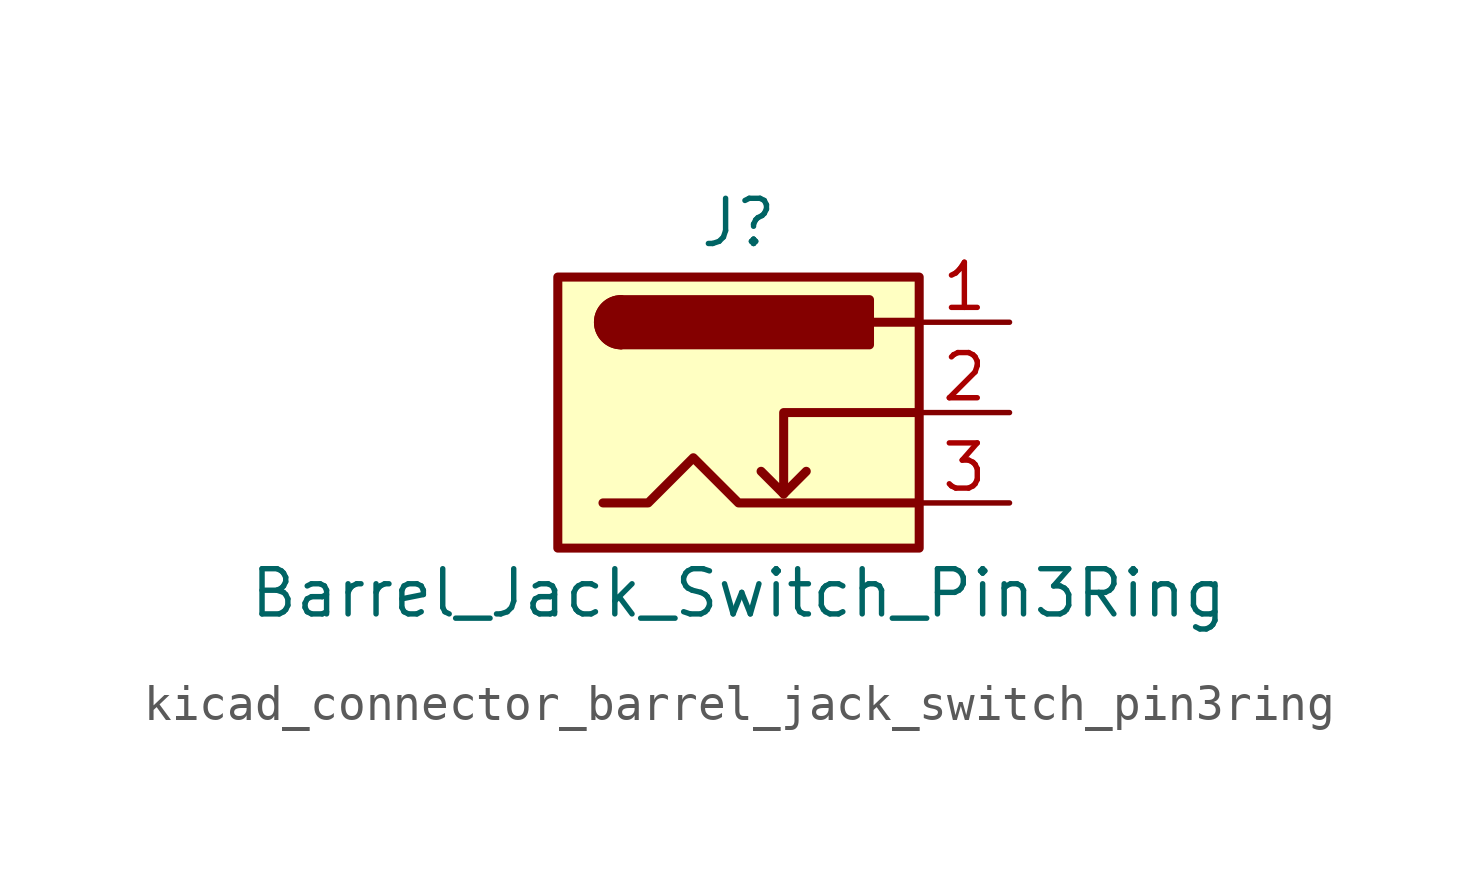
<source format=kicad_sym>
(kicad_symbol_lib
  (version 20220914)
  (generator kicad_symbol_editor)
  (symbol "kicad_connector_barrel_jack_switch_pin3ring"
    (pin_names hide)
    (property "Reference" "J"
      (at 0 5.334 0)
      (effects (font (size 1.27 1.27))))
    (property "Value" "Barrel_Jack_Switch_Pin3Ring"
      (at 0 -5.08 0)
      (effects (font (size 1.27 1.27))))
    (symbol "kicad_connector_barrel_jack_switch_pin3ring_0_1"
      (rectangle (start -5.08 3.81) (end 5.08 -3.81) (stroke (width 0.254) (type default)) (fill (type background)))
      (arc (start -3.302 3.175) (mid -3.9343 2.54) (end -3.302 1.905) (stroke (width 0.254) (type default)) (fill (type none)))
      (arc (start -3.302 3.175) (mid -3.9343 2.54) (end -3.302 1.905) (stroke (width 0.254) (type default)) (fill (type outline)))
      (polyline (pts (xy 1.27 -2.286) (xy 1.905 -1.651)) (stroke (width 0.254) (type default)) (fill (type none)))
      (polyline (pts (xy 5.08 2.54) (xy 3.81 2.54)) (stroke (width 0.254) (type default)) (fill (type none)))
      (polyline (pts (xy 5.08 0) (xy 1.27 0) (xy 1.27 -2.286) (xy 0.635 -1.651)) (stroke (width 0.254) (type default)) (fill (type none)))
      (polyline (pts (xy -3.81 -2.54) (xy -2.54 -2.54) (xy -1.27 -1.27) (xy 0 -2.54) (xy 2.54 -2.54) (xy 5.08 -2.54)) (stroke (width 0.254) (type default)) (fill (type none)))
      (rectangle (start 3.683 3.175) (end -3.302 1.905) (stroke (width 0.254) (type default)) (fill (type outline))))
    (symbol "kicad_connector_barrel_jack_switch_pin3ring_1_1"
      (pin passive line (at 7.62 2.54 180) (length 2.54) (name "~" (effects (font (size 1.27 1.27)))) (number "1" (effects (font (size 1.27 1.27)))))
      (pin passive line (at 7.62 0 180) (length 2.54) (name "~" (effects (font (size 1.27 1.27)))) (number "2" (effects (font (size 1.27 1.27)))))
      (pin passive line (at 7.62 -2.54 180) (length 2.54) (name "~" (effects (font (size 1.27 1.27)))) (number "3" (effects (font (size 1.27 1.27))))))))
</source>
